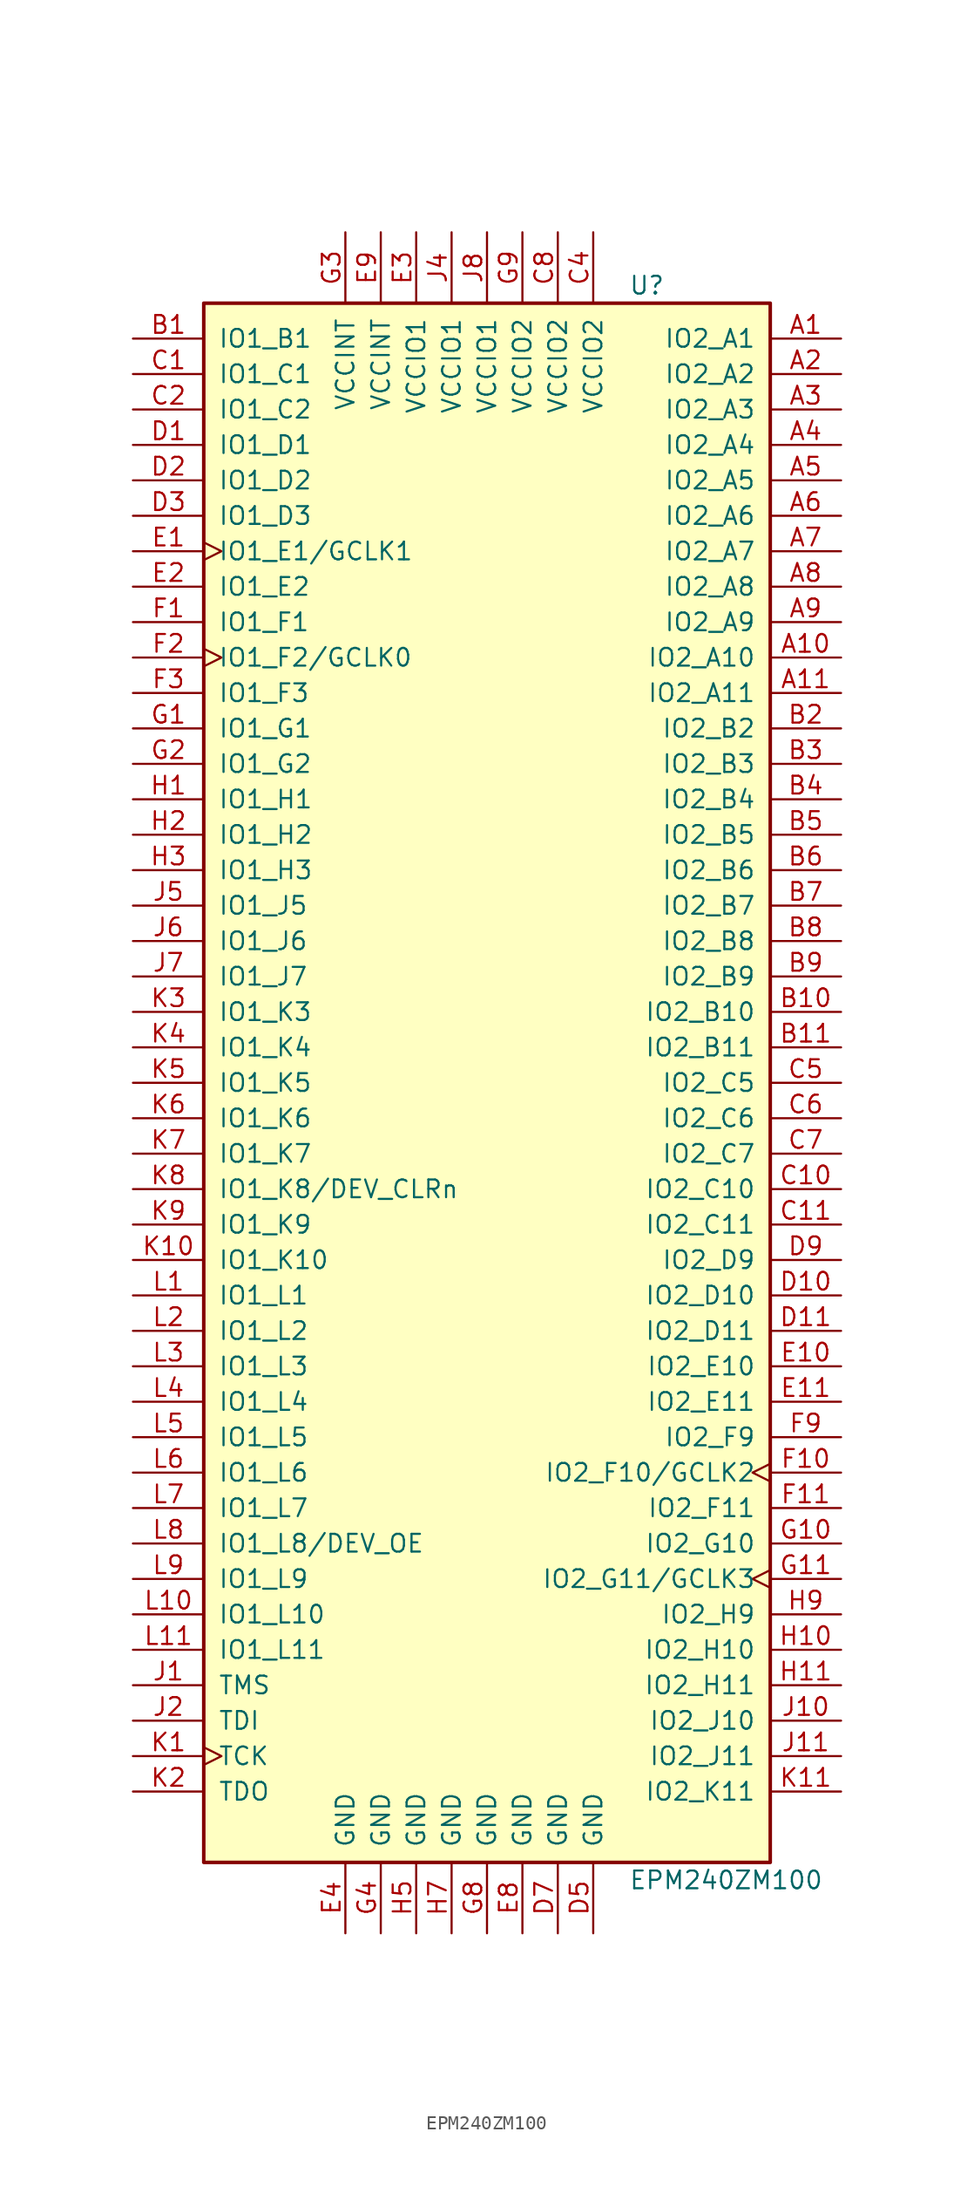
<source format=kicad_sym>
(kicad_symbol_lib
  (version 20201005)
  (generator kicad_symbol_editor)
  (symbol "EPM240ZM100"
    (pin_names
      (offset 1.016))
    (property "Reference" "U"
      (at 10.16 57.15 0)
      (effects (font (size 1.27 1.27)) (justify left)))
    (property "Value" "EPM240ZM100"
      (at 10.16 -57.15 0)
      (effects (font (size 1.27 1.27)) (justify left)))
    (property "ki_locked" ""
      (at 0 0 0)
      (effects (font (size 1.27 1.27))))
    (symbol "EPM240ZM100_1_1"
      (rectangle (start -20.32 55.88) (end 20.32 -55.88) (stroke (width 0.254)) (fill (type background)))
      (pin bidirectional line (at 25.4 53.34 180) (length 5.08) (name "IO2_A1" (effects (font (size 1.27 1.27)))) (number "A1" (effects (font (size 1.27 1.27)))))
      (pin bidirectional line (at 25.4 50.8 180) (length 5.08) (name "IO2_A2" (effects (font (size 1.27 1.27)))) (number "A2" (effects (font (size 1.27 1.27)))))
      (pin bidirectional line (at 25.4 48.26 180) (length 5.08) (name "IO2_A3" (effects (font (size 1.27 1.27)))) (number "A3" (effects (font (size 1.27 1.27)))))
      (pin bidirectional line (at 25.4 45.72 180) (length 5.08) (name "IO2_A4" (effects (font (size 1.27 1.27)))) (number "A4" (effects (font (size 1.27 1.27)))))
      (pin bidirectional line (at 25.4 43.18 180) (length 5.08) (name "IO2_A5" (effects (font (size 1.27 1.27)))) (number "A5" (effects (font (size 1.27 1.27)))))
      (pin bidirectional line (at 25.4 40.64 180) (length 5.08) (name "IO2_A6" (effects (font (size 1.27 1.27)))) (number "A6" (effects (font (size 1.27 1.27)))))
      (pin bidirectional line (at 25.4 38.1 180) (length 5.08) (name "IO2_A7" (effects (font (size 1.27 1.27)))) (number "A7" (effects (font (size 1.27 1.27)))))
      (pin bidirectional line (at 25.4 35.56 180) (length 5.08) (name "IO2_A8" (effects (font (size 1.27 1.27)))) (number "A8" (effects (font (size 1.27 1.27)))))
      (pin bidirectional line (at 25.4 33.02 180) (length 5.08) (name "IO2_A9" (effects (font (size 1.27 1.27)))) (number "A9" (effects (font (size 1.27 1.27)))))
      (pin bidirectional line (at 25.4 30.48 180) (length 5.08) (name "IO2_A10" (effects (font (size 1.27 1.27)))) (number "A10" (effects (font (size 1.27 1.27)))))
      (pin bidirectional line (at 25.4 27.94 180) (length 5.08) (name "IO2_A11" (effects (font (size 1.27 1.27)))) (number "A11" (effects (font (size 1.27 1.27)))))
      (pin bidirectional line (at -25.4 53.34 0) (length 5.08) (name "IO1_B1" (effects (font (size 1.27 1.27)))) (number "B1" (effects (font (size 1.27 1.27)))))
      (pin bidirectional line (at 25.4 25.4 180) (length 5.08) (name "IO2_B2" (effects (font (size 1.27 1.27)))) (number "B2" (effects (font (size 1.27 1.27)))))
      (pin bidirectional line (at 25.4 22.86 180) (length 5.08) (name "IO2_B3" (effects (font (size 1.27 1.27)))) (number "B3" (effects (font (size 1.27 1.27)))))
      (pin bidirectional line (at 25.4 20.32 180) (length 5.08) (name "IO2_B4" (effects (font (size 1.27 1.27)))) (number "B4" (effects (font (size 1.27 1.27)))))
      (pin bidirectional line (at 25.4 17.78 180) (length 5.08) (name "IO2_B5" (effects (font (size 1.27 1.27)))) (number "B5" (effects (font (size 1.27 1.27)))))
      (pin bidirectional line (at 25.4 15.24 180) (length 5.08) (name "IO2_B6" (effects (font (size 1.27 1.27)))) (number "B6" (effects (font (size 1.27 1.27)))))
      (pin bidirectional line (at 25.4 12.7 180) (length 5.08) (name "IO2_B7" (effects (font (size 1.27 1.27)))) (number "B7" (effects (font (size 1.27 1.27)))))
      (pin bidirectional line (at 25.4 10.16 180) (length 5.08) (name "IO2_B8" (effects (font (size 1.27 1.27)))) (number "B8" (effects (font (size 1.27 1.27)))))
      (pin bidirectional line (at 25.4 7.62 180) (length 5.08) (name "IO2_B9" (effects (font (size 1.27 1.27)))) (number "B9" (effects (font (size 1.27 1.27)))))
      (pin bidirectional line (at 25.4 5.08 180) (length 5.08) (name "IO2_B10" (effects (font (size 1.27 1.27)))) (number "B10" (effects (font (size 1.27 1.27)))))
      (pin bidirectional line (at 25.4 2.54 180) (length 5.08) (name "IO2_B11" (effects (font (size 1.27 1.27)))) (number "B11" (effects (font (size 1.27 1.27)))))
      (pin bidirectional line (at -25.4 50.8 0) (length 5.08) (name "IO1_C1" (effects (font (size 1.27 1.27)))) (number "C1" (effects (font (size 1.27 1.27)))))
      (pin bidirectional line (at -25.4 48.26 0) (length 5.08) (name "IO1_C2" (effects (font (size 1.27 1.27)))) (number "C2" (effects (font (size 1.27 1.27)))))
      (pin bidirectional line (at 25.4 0 180) (length 5.08) (name "IO2_C5" (effects (font (size 1.27 1.27)))) (number "C5" (effects (font (size 1.27 1.27)))))
      (pin bidirectional line (at 25.4 -2.54 180) (length 5.08) (name "IO2_C6" (effects (font (size 1.27 1.27)))) (number "C6" (effects (font (size 1.27 1.27)))))
      (pin bidirectional line (at 25.4 -5.08 180) (length 5.08) (name "IO2_C7" (effects (font (size 1.27 1.27)))) (number "C7" (effects (font (size 1.27 1.27)))))
      (pin bidirectional line (at 25.4 -7.62 180) (length 5.08) (name "IO2_C10" (effects (font (size 1.27 1.27)))) (number "C10" (effects (font (size 1.27 1.27)))))
      (pin bidirectional line (at 25.4 -10.16 180) (length 5.08) (name "IO2_C11" (effects (font (size 1.27 1.27)))) (number "C11" (effects (font (size 1.27 1.27)))))
      (pin bidirectional line (at -25.4 45.72 0) (length 5.08) (name "IO1_D1" (effects (font (size 1.27 1.27)))) (number "D1" (effects (font (size 1.27 1.27)))))
      (pin bidirectional line (at -25.4 43.18 0) (length 5.08) (name "IO1_D2" (effects (font (size 1.27 1.27)))) (number "D2" (effects (font (size 1.27 1.27)))))
      (pin bidirectional line (at -25.4 40.64 0) (length 5.08) (name "IO1_D3" (effects (font (size 1.27 1.27)))) (number "D3" (effects (font (size 1.27 1.27)))))
      (pin bidirectional line (at 25.4 -12.7 180) (length 5.08) (name "IO2_D9" (effects (font (size 1.27 1.27)))) (number "D9" (effects (font (size 1.27 1.27)))))
      (pin bidirectional line (at 25.4 -15.24 180) (length 5.08) (name "IO2_D10" (effects (font (size 1.27 1.27)))) (number "D10" (effects (font (size 1.27 1.27)))))
      (pin bidirectional line (at 25.4 -17.78 180) (length 5.08) (name "IO2_D11" (effects (font (size 1.27 1.27)))) (number "D11" (effects (font (size 1.27 1.27)))))
      (pin bidirectional clock (at -25.4 38.1 0) (length 5.08) (name "IO1_E1/GCLK1" (effects (font (size 1.27 1.27)))) (number "E1" (effects (font (size 1.27 1.27)))))
      (pin bidirectional line (at -25.4 35.56 0) (length 5.08) (name "IO1_E2" (effects (font (size 1.27 1.27)))) (number "E2" (effects (font (size 1.27 1.27)))))
      (pin bidirectional line (at 25.4 -20.32 180) (length 5.08) (name "IO2_E10" (effects (font (size 1.27 1.27)))) (number "E10" (effects (font (size 1.27 1.27)))))
      (pin bidirectional line (at 25.4 -22.86 180) (length 5.08) (name "IO2_E11" (effects (font (size 1.27 1.27)))) (number "E11" (effects (font (size 1.27 1.27)))))
      (pin bidirectional line (at -25.4 33.02 0) (length 5.08) (name "IO1_F1" (effects (font (size 1.27 1.27)))) (number "F1" (effects (font (size 1.27 1.27)))))
      (pin bidirectional clock (at -25.4 30.48 0) (length 5.08) (name "IO1_F2/GCLK0" (effects (font (size 1.27 1.27)))) (number "F2" (effects (font (size 1.27 1.27)))))
      (pin bidirectional line (at -25.4 27.94 0) (length 5.08) (name "IO1_F3" (effects (font (size 1.27 1.27)))) (number "F3" (effects (font (size 1.27 1.27)))))
      (pin bidirectional line (at 25.4 -25.4 180) (length 5.08) (name "IO2_F9" (effects (font (size 1.27 1.27)))) (number "F9" (effects (font (size 1.27 1.27)))))
      (pin bidirectional clock (at 25.4 -27.94 180) (length 5.08) (name "IO2_F10/GCLK2" (effects (font (size 1.27 1.27)))) (number "F10" (effects (font (size 1.27 1.27)))))
      (pin bidirectional line (at 25.4 -30.48 180) (length 5.08) (name "IO2_F11" (effects (font (size 1.27 1.27)))) (number "F11" (effects (font (size 1.27 1.27)))))
      (pin bidirectional line (at -25.4 25.4 0) (length 5.08) (name "IO1_G1" (effects (font (size 1.27 1.27)))) (number "G1" (effects (font (size 1.27 1.27)))))
      (pin bidirectional line (at -25.4 22.86 0) (length 5.08) (name "IO1_G2" (effects (font (size 1.27 1.27)))) (number "G2" (effects (font (size 1.27 1.27)))))
      (pin bidirectional line (at 25.4 -33.02 180) (length 5.08) (name "IO2_G10" (effects (font (size 1.27 1.27)))) (number "G10" (effects (font (size 1.27 1.27)))))
      (pin bidirectional clock (at 25.4 -35.56 180) (length 5.08) (name "IO2_G11/GCLK3" (effects (font (size 1.27 1.27)))) (number "G11" (effects (font (size 1.27 1.27)))))
      (pin bidirectional line (at -25.4 20.32 0) (length 5.08) (name "IO1_H1" (effects (font (size 1.27 1.27)))) (number "H1" (effects (font (size 1.27 1.27)))))
      (pin bidirectional line (at -25.4 17.78 0) (length 5.08) (name "IO1_H2" (effects (font (size 1.27 1.27)))) (number "H2" (effects (font (size 1.27 1.27)))))
      (pin bidirectional line (at -25.4 15.24 0) (length 5.08) (name "IO1_H3" (effects (font (size 1.27 1.27)))) (number "H3" (effects (font (size 1.27 1.27)))))
      (pin bidirectional line (at 25.4 -38.1 180) (length 5.08) (name "IO2_H9" (effects (font (size 1.27 1.27)))) (number "H9" (effects (font (size 1.27 1.27)))))
      (pin bidirectional line (at 25.4 -40.64 180) (length 5.08) (name "IO2_H10" (effects (font (size 1.27 1.27)))) (number "H10" (effects (font (size 1.27 1.27)))))
      (pin bidirectional line (at 25.4 -43.18 180) (length 5.08) (name "IO2_H11" (effects (font (size 1.27 1.27)))) (number "H11" (effects (font (size 1.27 1.27)))))
      (pin bidirectional line (at -25.4 12.7 0) (length 5.08) (name "IO1_J5" (effects (font (size 1.27 1.27)))) (number "J5" (effects (font (size 1.27 1.27)))))
      (pin bidirectional line (at -25.4 10.16 0) (length 5.08) (name "IO1_J6" (effects (font (size 1.27 1.27)))) (number "J6" (effects (font (size 1.27 1.27)))))
      (pin bidirectional line (at -25.4 7.62 0) (length 5.08) (name "IO1_J7" (effects (font (size 1.27 1.27)))) (number "J7" (effects (font (size 1.27 1.27)))))
      (pin bidirectional line (at 25.4 -45.72 180) (length 5.08) (name "IO2_J10" (effects (font (size 1.27 1.27)))) (number "J10" (effects (font (size 1.27 1.27)))))
      (pin bidirectional line (at 25.4 -48.26 180) (length 5.08) (name "IO2_J11" (effects (font (size 1.27 1.27)))) (number "J11" (effects (font (size 1.27 1.27)))))
      (pin bidirectional line (at -25.4 5.08 0) (length 5.08) (name "IO1_K3" (effects (font (size 1.27 1.27)))) (number "K3" (effects (font (size 1.27 1.27)))))
      (pin bidirectional line (at -25.4 2.54 0) (length 5.08) (name "IO1_K4" (effects (font (size 1.27 1.27)))) (number "K4" (effects (font (size 1.27 1.27)))))
      (pin bidirectional line (at -25.4 0 0) (length 5.08) (name "IO1_K5" (effects (font (size 1.27 1.27)))) (number "K5" (effects (font (size 1.27 1.27)))))
      (pin bidirectional line (at -25.4 -2.54 0) (length 5.08) (name "IO1_K6" (effects (font (size 1.27 1.27)))) (number "K6" (effects (font (size 1.27 1.27)))))
      (pin bidirectional line (at -25.4 -5.08 0) (length 5.08) (name "IO1_K7" (effects (font (size 1.27 1.27)))) (number "K7" (effects (font (size 1.27 1.27)))))
      (pin bidirectional line (at -25.4 -7.62 0) (length 5.08) (name "IO1_K8/DEV_CLRn" (effects (font (size 1.27 1.27)))) (number "K8" (effects (font (size 1.27 1.27)))))
      (pin bidirectional line (at -25.4 -10.16 0) (length 5.08) (name "IO1_K9" (effects (font (size 1.27 1.27)))) (number "K9" (effects (font (size 1.27 1.27)))))
      (pin bidirectional line (at -25.4 -12.7 0) (length 5.08) (name "IO1_K10" (effects (font (size 1.27 1.27)))) (number "K10" (effects (font (size 1.27 1.27)))))
      (pin bidirectional line (at 25.4 -50.8 180) (length 5.08) (name "IO2_K11" (effects (font (size 1.27 1.27)))) (number "K11" (effects (font (size 1.27 1.27)))))
      (pin bidirectional line (at -25.4 -15.24 0) (length 5.08) (name "IO1_L1" (effects (font (size 1.27 1.27)))) (number "L1" (effects (font (size 1.27 1.27)))))
      (pin bidirectional line (at -25.4 -17.78 0) (length 5.08) (name "IO1_L2" (effects (font (size 1.27 1.27)))) (number "L2" (effects (font (size 1.27 1.27)))))
      (pin bidirectional line (at -25.4 -20.32 0) (length 5.08) (name "IO1_L3" (effects (font (size 1.27 1.27)))) (number "L3" (effects (font (size 1.27 1.27)))))
      (pin bidirectional line (at -25.4 -22.86 0) (length 5.08) (name "IO1_L4" (effects (font (size 1.27 1.27)))) (number "L4" (effects (font (size 1.27 1.27)))))
      (pin bidirectional line (at -25.4 -25.4 0) (length 5.08) (name "IO1_L5" (effects (font (size 1.27 1.27)))) (number "L5" (effects (font (size 1.27 1.27)))))
      (pin bidirectional line (at -25.4 -27.94 0) (length 5.08) (name "IO1_L6" (effects (font (size 1.27 1.27)))) (number "L6" (effects (font (size 1.27 1.27)))))
      (pin bidirectional line (at -25.4 -30.48 0) (length 5.08) (name "IO1_L7" (effects (font (size 1.27 1.27)))) (number "L7" (effects (font (size 1.27 1.27)))))
      (pin bidirectional line (at -25.4 -33.02 0) (length 5.08) (name "IO1_L8/DEV_OE" (effects (font (size 1.27 1.27)))) (number "L8" (effects (font (size 1.27 1.27)))))
      (pin bidirectional line (at -25.4 -35.56 0) (length 5.08) (name "IO1_L9" (effects (font (size 1.27 1.27)))) (number "L9" (effects (font (size 1.27 1.27)))))
      (pin bidirectional line (at -25.4 -38.1 0) (length 5.08) (name "IO1_L10" (effects (font (size 1.27 1.27)))) (number "L10" (effects (font (size 1.27 1.27)))))
      (pin bidirectional line (at -25.4 -40.64 0) (length 5.08) (name "IO1_L11" (effects (font (size 1.27 1.27)))) (number "L11" (effects (font (size 1.27 1.27)))))
      (pin input line (at -25.4 -43.18 0) (length 5.08) (name "TMS" (effects (font (size 1.27 1.27)))) (number "J1" (effects (font (size 1.27 1.27)))))
      (pin input line (at -25.4 -45.72 0) (length 5.08) (name "TDI" (effects (font (size 1.27 1.27)))) (number "J2" (effects (font (size 1.27 1.27)))))
      (pin input clock (at -25.4 -48.26 0) (length 5.08) (name "TCK" (effects (font (size 1.27 1.27)))) (number "K1" (effects (font (size 1.27 1.27)))))
      (pin output line (at -25.4 -50.8 0) (length 5.08) (name "TDO" (effects (font (size 1.27 1.27)))) (number "K2" (effects (font (size 1.27 1.27)))))
      (pin power_in line (at -10.16 -60.96 90) (length 5.08) (name "GND" (effects (font (size 1.27 1.27)))) (number "E4" (effects (font (size 1.27 1.27)))))
      (pin power_in line (at -7.62 -60.96 90) (length 5.08) (name "GND" (effects (font (size 1.27 1.27)))) (number "G4" (effects (font (size 1.27 1.27)))))
      (pin power_in line (at -5.08 -60.96 90) (length 5.08) (name "GND" (effects (font (size 1.27 1.27)))) (number "H5" (effects (font (size 1.27 1.27)))))
      (pin power_in line (at -2.54 -60.96 90) (length 5.08) (name "GND" (effects (font (size 1.27 1.27)))) (number "H7" (effects (font (size 1.27 1.27)))))
      (pin power_in line (at 0 -60.96 90) (length 5.08) (name "GND" (effects (font (size 1.27 1.27)))) (number "G8" (effects (font (size 1.27 1.27)))))
      (pin power_in line (at 2.54 -60.96 90) (length 5.08) (name "GND" (effects (font (size 1.27 1.27)))) (number "E8" (effects (font (size 1.27 1.27)))))
      (pin power_in line (at 5.08 -60.96 90) (length 5.08) (name "GND" (effects (font (size 1.27 1.27)))) (number "D7" (effects (font (size 1.27 1.27)))))
      (pin power_in line (at 7.62 -60.96 90) (length 5.08) (name "GND" (effects (font (size 1.27 1.27)))) (number "D5" (effects (font (size 1.27 1.27)))))
      (pin power_in line (at -10.16 60.96 270) (length 5.08) (name "VCCINT" (effects (font (size 1.27 1.27)))) (number "G3" (effects (font (size 1.27 1.27)))))
      (pin power_in line (at -7.62 60.96 270) (length 5.08) (name "VCCINT" (effects (font (size 1.27 1.27)))) (number "E9" (effects (font (size 1.27 1.27)))))
      (pin power_in line (at -5.08 60.96 270) (length 5.08) (name "VCCIO1" (effects (font (size 1.27 1.27)))) (number "E3" (effects (font (size 1.27 1.27)))))
      (pin power_in line (at -2.54 60.96 270) (length 5.08) (name "VCCIO1" (effects (font (size 1.27 1.27)))) (number "J4" (effects (font (size 1.27 1.27)))))
      (pin power_in line (at 0 60.96 270) (length 5.08) (name "VCCIO1" (effects (font (size 1.27 1.27)))) (number "J8" (effects (font (size 1.27 1.27)))))
      (pin power_in line (at 2.54 60.96 270) (length 5.08) (name "VCCIO2" (effects (font (size 1.27 1.27)))) (number "G9" (effects (font (size 1.27 1.27)))))
      (pin power_in line (at 5.08 60.96 270) (length 5.08) (name "VCCIO2" (effects (font (size 1.27 1.27)))) (number "C8" (effects (font (size 1.27 1.27)))))
      (pin power_in line (at 7.62 60.96 270) (length 5.08) (name "VCCIO2" (effects (font (size 1.27 1.27)))) (number "C4" (effects (font (size 1.27 1.27))))))))
</source>
